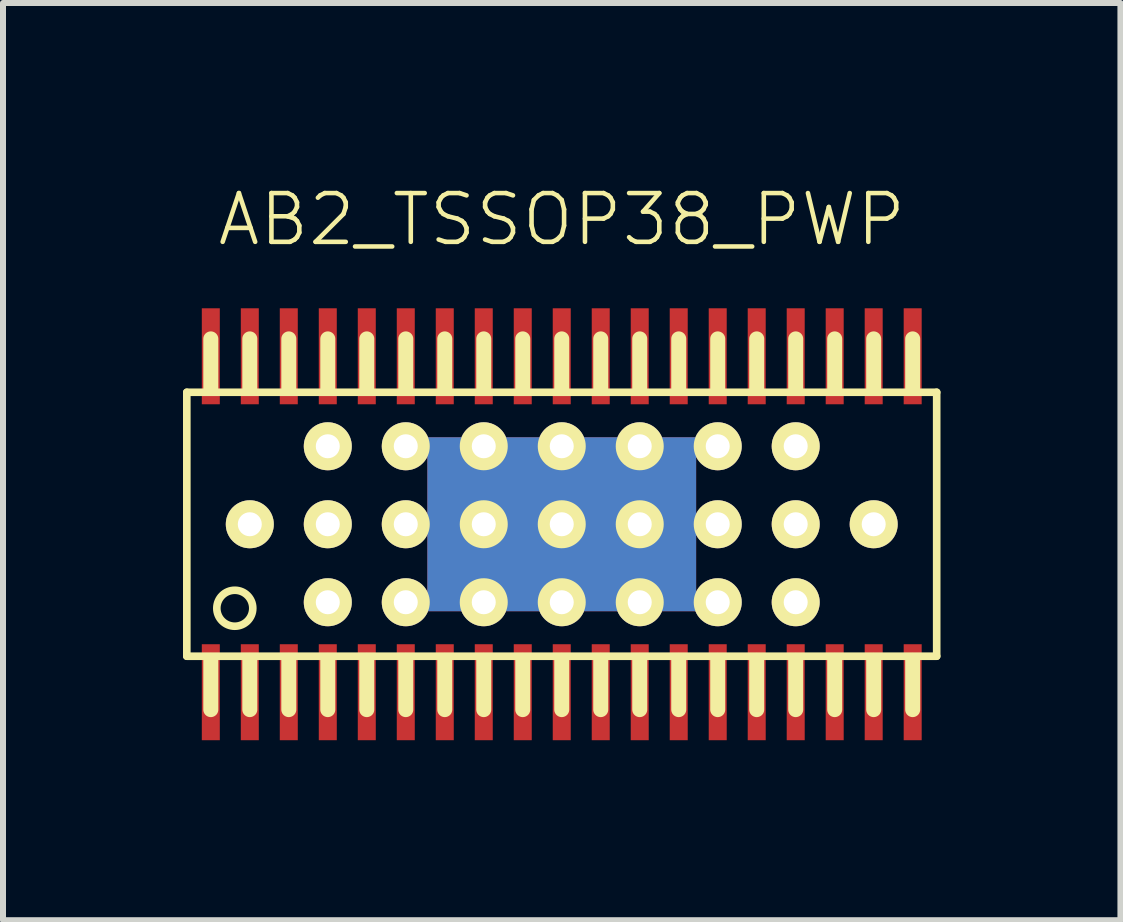
<source format=kicad_pcb>
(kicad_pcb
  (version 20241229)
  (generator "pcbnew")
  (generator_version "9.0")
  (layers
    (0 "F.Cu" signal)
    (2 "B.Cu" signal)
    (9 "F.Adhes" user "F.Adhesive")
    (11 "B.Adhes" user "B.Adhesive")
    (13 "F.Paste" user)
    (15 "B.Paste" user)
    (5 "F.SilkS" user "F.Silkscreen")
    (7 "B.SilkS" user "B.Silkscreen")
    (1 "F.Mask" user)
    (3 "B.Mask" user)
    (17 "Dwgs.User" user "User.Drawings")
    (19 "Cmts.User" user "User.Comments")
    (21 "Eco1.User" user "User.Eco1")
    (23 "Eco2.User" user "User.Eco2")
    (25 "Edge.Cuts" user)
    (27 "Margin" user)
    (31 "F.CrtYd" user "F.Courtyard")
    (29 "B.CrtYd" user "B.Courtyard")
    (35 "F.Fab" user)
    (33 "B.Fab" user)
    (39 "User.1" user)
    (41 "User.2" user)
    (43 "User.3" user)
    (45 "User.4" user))
  (footprint "AB2_TSSOP38_PWP"
    (layer "F.Cu")
    (at 6.314 5.689)
    (property "Reference" "AB2_TSSOP38_PWP" (at 0 -5.08 0) (layer "F.SilkS") (effects (font (size 0.813 0.813) (thickness 0.076))))
    (attr through_hole)
    (fp_line (start -6.25 -2.2) (end 6.25 -2.2) (stroke (width 0.127) (type solid)) (layer "F.SilkS"))
    (fp_line (start -6.25 2.2) (end -6.25 -2.2) (stroke (width 0.127) (type solid)) (layer "F.SilkS"))
    (fp_line (start -5.85 -2.27) (end -5.85 -3.09) (stroke (width 0.25) (type solid)) (layer "F.SilkS"))
    (fp_line (start -5.85 2.27) (end -5.85 3.09) (stroke (width 0.25) (type solid)) (layer "F.SilkS"))
    (fp_line (start -5.2 -2.27) (end -5.2 -3.09) (stroke (width 0.25) (type solid)) (layer "F.SilkS"))
    (fp_line (start -5.2 2.27) (end -5.2 3.09) (stroke (width 0.25) (type solid)) (layer "F.SilkS"))
    (fp_line (start -4.55 -2.27) (end -4.55 -3.09) (stroke (width 0.25) (type solid)) (layer "F.SilkS"))
    (fp_line (start -4.55 2.27) (end -4.55 3.09) (stroke (width 0.25) (type solid)) (layer "F.SilkS"))
    (fp_line (start -3.9 -2.27) (end -3.9 -3.09) (stroke (width 0.25) (type solid)) (layer "F.SilkS"))
    (fp_line (start -3.9 2.27) (end -3.9 3.09) (stroke (width 0.25) (type solid)) (layer "F.SilkS"))
    (fp_line (start -3.25 -2.27) (end -3.25 -3.09) (stroke (width 0.25) (type solid)) (layer "F.SilkS"))
    (fp_line (start -3.25 2.27) (end -3.25 3.09) (stroke (width 0.25) (type solid)) (layer "F.SilkS"))
    (fp_line (start -2.6 -2.27) (end -2.6 -3.09) (stroke (width 0.25) (type solid)) (layer "F.SilkS"))
    (fp_line (start -2.6 2.27) (end -2.6 3.09) (stroke (width 0.25) (type solid)) (layer "F.SilkS"))
    (fp_line (start -1.95 -2.27) (end -1.95 -3.09) (stroke (width 0.25) (type solid)) (layer "F.SilkS"))
    (fp_line (start -1.95 2.27) (end -1.95 3.09) (stroke (width 0.25) (type solid)) (layer "F.SilkS"))
    (fp_line (start -1.3 -2.27) (end -1.3 -3.09) (stroke (width 0.25) (type solid)) (layer "F.SilkS"))
    (fp_line (start -1.3 2.27) (end -1.3 3.09) (stroke (width 0.25) (type solid)) (layer "F.SilkS"))
    (fp_line (start -0.65 -2.27) (end -0.65 -3.09) (stroke (width 0.25) (type solid)) (layer "F.SilkS"))
    (fp_line (start -0.65 2.27) (end -0.65 3.09) (stroke (width 0.25) (type solid)) (layer "F.SilkS"))
    (fp_line (start 0 -2.27) (end 0 -3.09) (stroke (width 0.25) (type solid)) (layer "F.SilkS"))
    (fp_line (start 0 2.27) (end 0 3.09) (stroke (width 0.25) (type solid)) (layer "F.SilkS"))
    (fp_line (start 0.65 -2.27) (end 0.65 -3.09) (stroke (width 0.25) (type solid)) (layer "F.SilkS"))
    (fp_line (start 0.65 2.27) (end 0.65 3.09) (stroke (width 0.25) (type solid)) (layer "F.SilkS"))
    (fp_line (start 1.3 -2.27) (end 1.3 -3.09) (stroke (width 0.25) (type solid)) (layer "F.SilkS"))
    (fp_line (start 1.3 2.27) (end 1.3 3.09) (stroke (width 0.25) (type solid)) (layer "F.SilkS"))
    (fp_line (start 1.95 -2.27) (end 1.95 -3.09) (stroke (width 0.25) (type solid)) (layer "F.SilkS"))
    (fp_line (start 1.95 2.27) (end 1.95 3.09) (stroke (width 0.25) (type solid)) (layer "F.SilkS"))
    (fp_line (start 2.6 -2.27) (end 2.6 -3.09) (stroke (width 0.25) (type solid)) (layer "F.SilkS"))
    (fp_line (start 2.6 2.27) (end 2.6 3.09) (stroke (width 0.25) (type solid)) (layer "F.SilkS"))
    (fp_line (start 3.25 -2.27) (end 3.25 -3.09) (stroke (width 0.25) (type solid)) (layer "F.SilkS"))
    (fp_line (start 3.25 2.27) (end 3.25 3.09) (stroke (width 0.25) (type solid)) (layer "F.SilkS"))
    (fp_line (start 3.9 -2.27) (end 3.9 -3.09) (stroke (width 0.25) (type solid)) (layer "F.SilkS"))
    (fp_line (start 3.9 2.27) (end 3.9 3.09) (stroke (width 0.25) (type solid)) (layer "F.SilkS"))
    (fp_line (start 4.55 -2.27) (end 4.55 -3.09) (stroke (width 0.25) (type solid)) (layer "F.SilkS"))
    (fp_line (start 4.55 2.27) (end 4.55 3.09) (stroke (width 0.25) (type solid)) (layer "F.SilkS"))
    (fp_line (start 5.2 -2.27) (end 5.2 -3.09) (stroke (width 0.25) (type solid)) (layer "F.SilkS"))
    (fp_line (start 5.2 2.27) (end 5.2 3.09) (stroke (width 0.25) (type solid)) (layer "F.SilkS"))
    (fp_line (start 5.85 -2.27) (end 5.85 -3.09) (stroke (width 0.25) (type solid)) (layer "F.SilkS"))
    (fp_line (start 5.85 2.27) (end 5.85 3.09) (stroke (width 0.25) (type solid)) (layer "F.SilkS"))
    (fp_line (start 6.25 -2.2) (end 6.25 2.2) (stroke (width 0.127) (type solid)) (layer "F.SilkS"))
    (fp_line (start 6.25 2.2) (end -6.25 2.2) (stroke (width 0.127) (type solid)) (layer "F.SilkS"))
    (fp_circle (center -5.45 1.4) (end -5.45 1.1) (stroke (width 0.127) (type solid)) (fill no) (layer "F.SilkS"))
    (pad "1" smd rect (at -5.85 2.8) (size 0.3 1.6) (layers "F.Cu" "F.Mask" "F.Paste"))
    (pad "2" smd rect (at -5.2 2.8) (size 0.3 1.6) (layers "F.Cu" "F.Mask" "F.Paste"))
    (pad "3" smd rect (at -4.55 2.8) (size 0.3 1.6) (layers "F.Cu" "F.Mask" "F.Paste"))
    (pad "4" smd rect (at -3.9 2.8) (size 0.3 1.6) (layers "F.Cu" "F.Mask" "F.Paste"))
    (pad "5" smd rect (at -3.25 2.8) (size 0.3 1.6) (layers "F.Cu" "F.Mask" "F.Paste"))
    (pad "6" smd rect (at -2.6 2.8) (size 0.3 1.6) (layers "F.Cu" "F.Mask" "F.Paste"))
    (pad "7" smd rect (at -1.95 2.8) (size 0.3 1.6) (layers "F.Cu" "F.Mask" "F.Paste"))
    (pad "8" smd rect (at -1.3 2.8) (size 0.3 1.6) (layers "F.Cu" "F.Mask" "F.Paste"))
    (pad "9" smd rect (at -0.65 2.8) (size 0.3 1.6) (layers "F.Cu" "F.Mask" "F.Paste"))
    (pad "10" smd rect (at 0 2.8) (size 0.3 1.6) (layers "F.Cu" "F.Mask" "F.Paste"))
    (pad "11" smd rect (at 0.65 2.8) (size 0.3 1.6) (layers "F.Cu" "F.Mask" "F.Paste"))
    (pad "12" smd rect (at 1.3 2.8) (size 0.3 1.6) (layers "F.Cu" "F.Mask" "F.Paste"))
    (pad "13" smd rect (at 1.95 2.8) (size 0.3 1.6) (layers "F.Cu" "F.Mask" "F.Paste"))
    (pad "14" smd rect (at 2.6 2.8) (size 0.3 1.6) (layers "F.Cu" "F.Mask" "F.Paste"))
    (pad "15" smd rect (at 3.25 2.8) (size 0.3 1.6) (layers "F.Cu" "F.Mask" "F.Paste"))
    (pad "16" smd rect (at 3.9 2.8) (size 0.3 1.6) (layers "F.Cu" "F.Mask" "F.Paste"))
    (pad "17" smd rect (at 4.55 2.8) (size 0.3 1.6) (layers "F.Cu" "F.Mask" "F.Paste"))
    (pad "18" smd rect (at 5.2 2.8) (size 0.3 1.6) (layers "F.Cu" "F.Mask" "F.Paste"))
    (pad "19" smd rect (at 5.85 2.8) (size 0.3 1.6) (layers "F.Cu" "F.Mask" "F.Paste"))
    (pad "20" smd rect (at 5.85 -2.8) (size 0.3 1.6) (layers "F.Cu" "F.Mask" "F.Paste"))
    (pad "21" smd rect (at 5.2 -2.8) (size 0.3 1.6) (layers "F.Cu" "F.Mask" "F.Paste"))
    (pad "22" smd rect (at 4.55 -2.8) (size 0.3 1.6) (layers "F.Cu" "F.Mask" "F.Paste"))
    (pad "23" smd rect (at 3.9 -2.8) (size 0.3 1.6) (layers "F.Cu" "F.Mask" "F.Paste"))
    (pad "24" smd rect (at 3.25 -2.8) (size 0.3 1.6) (layers "F.Cu" "F.Mask" "F.Paste"))
    (pad "25" smd rect (at 2.6 -2.8) (size 0.3 1.6) (layers "F.Cu" "F.Mask" "F.Paste"))
    (pad "26" smd rect (at 1.95 -2.8) (size 0.3 1.6) (layers "F.Cu" "F.Mask" "F.Paste"))
    (pad "27" smd rect (at 1.3 -2.8) (size 0.3 1.6) (layers "F.Cu" "F.Mask" "F.Paste"))
    (pad "28" smd rect (at 0.65 -2.8) (size 0.3 1.6) (layers "F.Cu" "F.Mask" "F.Paste"))
    (pad "29" smd rect (at 0 -2.8) (size 0.3 1.6) (layers "F.Cu" "F.Mask" "F.Paste"))
    (pad "30" smd rect (at -0.65 -2.8) (size 0.3 1.6) (layers "F.Cu" "F.Mask" "F.Paste"))
    (pad "31" smd rect (at -1.3 -2.8) (size 0.3 1.6) (layers "F.Cu" "F.Mask" "F.Paste"))
    (pad "32" smd rect (at -1.95 -2.8) (size 0.3 1.6) (layers "F.Cu" "F.Mask" "F.Paste"))
    (pad "33" smd rect (at -2.6 -2.8) (size 0.3 1.6) (layers "F.Cu" "F.Mask" "F.Paste"))
    (pad "34" smd rect (at -3.25 -2.8) (size 0.3 1.6) (layers "F.Cu" "F.Mask" "F.Paste"))
    (pad "35" smd rect (at -3.9 -2.8) (size 0.3 1.6) (layers "F.Cu" "F.Mask" "F.Paste"))
    (pad "36" smd rect (at -4.55 -2.8) (size 0.3 1.6) (layers "F.Cu" "F.Mask" "F.Paste"))
    (pad "37" smd rect (at -5.2 -2.8) (size 0.3 1.6) (layers "F.Cu" "F.Mask" "F.Paste"))
    (pad "38" smd rect (at -5.85 -2.8) (size 0.3 1.6) (layers "F.Cu" "F.Mask" "F.Paste"))
    (pad "PWP" thru_hole circle (at -5.2 0) (size 0.8 0.8) (drill 0.4) (layers "*.Cu" "*.Mask" "F.SilkS"))
    (pad "PWP" thru_hole circle (at -3.9 -1.3) (size 0.8 0.8) (drill 0.4) (layers "*.Cu" "*.Mask" "F.SilkS"))
    (pad "PWP" thru_hole circle (at -3.9 0) (size 0.8 0.8) (drill 0.4) (layers "*.Cu" "*.Mask" "F.SilkS"))
    (pad "PWP" thru_hole circle (at -3.9 1.3) (size 0.8 0.8) (drill 0.4) (layers "*.Cu" "*.Mask" "F.SilkS"))
    (pad "PWP" thru_hole circle (at -2.6 -1.3) (size 0.8 0.8) (drill 0.4) (layers "*.Cu" "*.Mask" "F.SilkS"))
    (pad "PWP" thru_hole circle (at -2.6 0) (size 0.8 0.8) (drill 0.4) (layers "*.Cu" "*.Mask" "F.SilkS"))
    (pad "PWP" thru_hole circle (at -2.6 1.3) (size 0.8 0.8) (drill 0.4) (layers "*.Cu" "*.Mask" "F.SilkS"))
    (pad "PWP" thru_hole circle (at -1.3 -1.3) (size 0.8 0.8) (drill 0.4) (layers "*.Cu" "*.Mask" "F.SilkS"))
    (pad "PWP" thru_hole circle (at -1.3 0) (size 0.8 0.8) (drill 0.4) (layers "*.Cu" "*.Mask" "F.SilkS"))
    (pad "PWP" thru_hole circle (at -1.3 1.3) (size 0.8 0.8) (drill 0.4) (layers "*.Cu" "*.Mask" "F.SilkS"))
    (pad "PWP" thru_hole circle (at 0 -1.3) (size 0.8 0.8) (drill 0.4) (layers "*.Cu" "*.Mask" "F.SilkS"))
    (pad "PWP" thru_hole circle (at 0 0) (size 0.8 0.8) (drill 0.4) (layers "*.Cu" "*.Mask" "F.SilkS"))
    (pad "PWP" smd rect (at 0 0) (size 4.48 2.9) (layers "F.Cu" "F.Mask" "F.Paste"))
    (pad "PWP" smd rect (at 0 0) (size 4.48 2.9) (layers "B.Cu" "B.Mask" "B.Paste"))
    (pad "PWP" thru_hole circle (at 0 1.3) (size 0.8 0.8) (drill 0.4) (layers "*.Cu" "*.Mask" "F.SilkS"))
    (pad "PWP" thru_hole circle (at 1.3 -1.3) (size 0.8 0.8) (drill 0.4) (layers "*.Cu" "*.Mask" "F.SilkS"))
    (pad "PWP" thru_hole circle (at 1.3 0) (size 0.8 0.8) (drill 0.4) (layers "*.Cu" "*.Mask" "F.SilkS"))
    (pad "PWP" thru_hole circle (at 1.3 1.3) (size 0.8 0.8) (drill 0.4) (layers "*.Cu" "*.Mask" "F.SilkS"))
    (pad "PWP" thru_hole circle (at 2.6 -1.3) (size 0.8 0.8) (drill 0.4) (layers "*.Cu" "*.Mask" "F.SilkS"))
    (pad "PWP" thru_hole circle (at 2.6 0) (size 0.8 0.8) (drill 0.4) (layers "*.Cu" "*.Mask" "F.SilkS"))
    (pad "PWP" thru_hole circle (at 2.6 1.3) (size 0.8 0.8) (drill 0.4) (layers "*.Cu" "*.Mask" "F.SilkS"))
    (pad "PWP" thru_hole circle (at 3.9 -1.3) (size 0.8 0.8) (drill 0.4) (layers "*.Cu" "*.Mask" "F.SilkS"))
    (pad "PWP" thru_hole circle (at 3.9 0) (size 0.8 0.8) (drill 0.4) (layers "*.Cu" "*.Mask" "F.SilkS"))
    (pad "PWP" thru_hole circle (at 3.9 1.3) (size 0.8 0.8) (drill 0.4) (layers "*.Cu" "*.Mask" "F.SilkS"))
    (pad "PWP" thru_hole circle (at 5.2 0) (size 0.8 0.8) (drill 0.4) (layers "*.Cu" "*.Mask" "F.SilkS")))
  (gr_rect
    (start -3 -3)
    (end 15.627 12.289)
    (stroke (width 0.1) (type default))
    (fill no)
    (layer "Edge.Cuts")))
</source>
